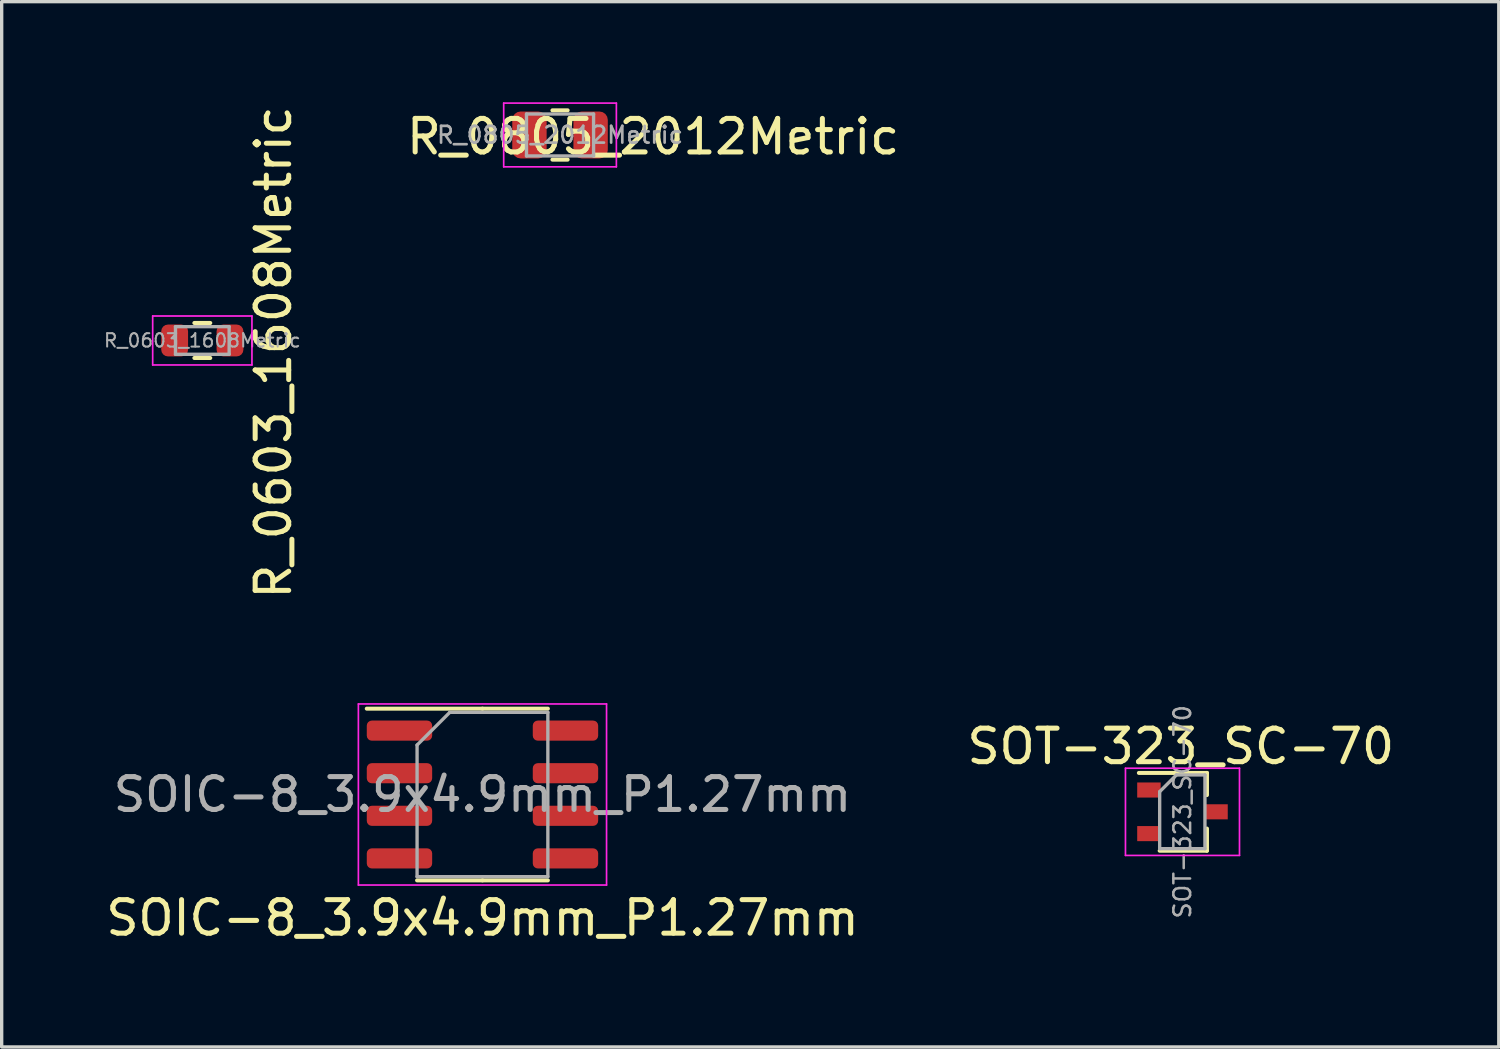
<source format=kicad_pcb>
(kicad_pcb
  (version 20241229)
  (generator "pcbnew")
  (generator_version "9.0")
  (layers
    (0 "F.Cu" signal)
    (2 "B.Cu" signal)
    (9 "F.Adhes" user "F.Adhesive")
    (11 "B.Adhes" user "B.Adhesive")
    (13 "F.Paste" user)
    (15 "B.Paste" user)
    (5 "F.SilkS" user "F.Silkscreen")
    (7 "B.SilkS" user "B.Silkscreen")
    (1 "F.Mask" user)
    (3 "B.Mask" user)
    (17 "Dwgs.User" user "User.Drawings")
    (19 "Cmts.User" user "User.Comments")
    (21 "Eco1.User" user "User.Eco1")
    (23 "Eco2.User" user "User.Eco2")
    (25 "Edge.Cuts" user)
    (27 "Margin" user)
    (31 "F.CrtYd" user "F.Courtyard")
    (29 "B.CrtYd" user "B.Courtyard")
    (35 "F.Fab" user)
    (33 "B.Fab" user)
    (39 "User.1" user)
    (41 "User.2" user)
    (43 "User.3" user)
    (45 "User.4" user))
  (footprint "R_0805_2012Metric"
    (layer "F.Cu")
    (at 13.65 0.975)
    (property "Reference" "R_0805_2012Metric" (at 2.775 0.051 0) (layer "F.SilkS") (effects (font (size 1 1) (thickness 0.15))))
    (attr smd)
    (fp_line (start -0.227 -0.735) (end 0.227 -0.735) (stroke (width 0.12) (type solid)) (layer "F.SilkS"))
    (fp_line (start -0.227 0.735) (end 0.227 0.735) (stroke (width 0.12) (type solid)) (layer "F.SilkS"))
    (fp_line (start -1.68 -0.95) (end 1.68 -0.95) (stroke (width 0.05) (type solid)) (layer "F.CrtYd"))
    (fp_line (start -1.68 0.95) (end -1.68 -0.95) (stroke (width 0.05) (type solid)) (layer "F.CrtYd"))
    (fp_line (start 1.68 -0.95) (end 1.68 0.95) (stroke (width 0.05) (type solid)) (layer "F.CrtYd"))
    (fp_line (start 1.68 0.95) (end -1.68 0.95) (stroke (width 0.05) (type solid)) (layer "F.CrtYd"))
    (fp_line (start -1 -0.625) (end 1 -0.625) (stroke (width 0.1) (type solid)) (layer "F.Fab"))
    (fp_line (start -1 0.625) (end -1 -0.625) (stroke (width 0.1) (type solid)) (layer "F.Fab"))
    (fp_line (start 1 -0.625) (end 1 0.625) (stroke (width 0.1) (type solid)) (layer "F.Fab"))
    (fp_line (start 1 0.625) (end -1 0.625) (stroke (width 0.1) (type solid)) (layer "F.Fab"))
    (fp_text user "${REFERENCE}" (at 0 0 0) (layer "F.Fab") (effects (font (size 0.5 0.5) (thickness 0.08))))
    (pad "1" smd roundrect (at -0.912 0) (size 1.025 1.4) (layers "F.Cu" "F.Mask" "F.Paste") (roundrect_rratio 0.244))
    (pad "2" smd roundrect (at 0.912 0) (size 1.025 1.4) (layers "F.Cu" "F.Mask" "F.Paste") (roundrect_rratio 0.244)))
  (footprint "SOIC-8_3.9x4.9mm_P1.27mm"
    (layer "F.Cu")
    (at 11.337 20.642)
    (property "Reference" "SOIC-8_3.9x4.9mm_P1.27mm" (at 0.003 3.68 0) (layer "F.SilkS") (effects (font (size 1 1) (thickness 0.15))))
    (attr smd)
    (fp_line (start 0 -2.56) (end -3.45 -2.56) (stroke (width 0.12) (type solid)) (layer "F.SilkS"))
    (fp_line (start 0 -2.56) (end 1.95 -2.56) (stroke (width 0.12) (type solid)) (layer "F.SilkS"))
    (fp_line (start 0 2.56) (end -1.95 2.56) (stroke (width 0.12) (type solid)) (layer "F.SilkS"))
    (fp_line (start 0 2.56) (end 1.95 2.56) (stroke (width 0.12) (type solid)) (layer "F.SilkS"))
    (fp_line (start -3.7 -2.7) (end -3.7 2.7) (stroke (width 0.05) (type solid)) (layer "F.CrtYd"))
    (fp_line (start -3.7 2.7) (end 3.7 2.7) (stroke (width 0.05) (type solid)) (layer "F.CrtYd"))
    (fp_line (start 3.7 -2.7) (end -3.7 -2.7) (stroke (width 0.05) (type solid)) (layer "F.CrtYd"))
    (fp_line (start 3.7 2.7) (end 3.7 -2.7) (stroke (width 0.05) (type solid)) (layer "F.CrtYd"))
    (fp_line (start -1.95 -1.475) (end -0.975 -2.45) (stroke (width 0.1) (type solid)) (layer "F.Fab"))
    (fp_line (start -1.95 2.45) (end -1.95 -1.475) (stroke (width 0.1) (type solid)) (layer "F.Fab"))
    (fp_line (start -0.975 -2.45) (end 1.95 -2.45) (stroke (width 0.1) (type solid)) (layer "F.Fab"))
    (fp_line (start 1.95 -2.45) (end 1.95 2.45) (stroke (width 0.1) (type solid)) (layer "F.Fab"))
    (fp_line (start 1.95 2.45) (end -1.95 2.45) (stroke (width 0.1) (type solid)) (layer "F.Fab"))
    (fp_text user "${REFERENCE}" (at 0 0 0) (layer "F.Fab") (effects (font (size 0.98 0.98) (thickness 0.15))))
    (pad "1" smd roundrect (at -2.475 -1.905) (size 1.95 0.6) (layers "F.Cu" "F.Mask" "F.Paste") (roundrect_rratio 0.25))
    (pad "2" smd roundrect (at -2.475 -0.635) (size 1.95 0.6) (layers "F.Cu" "F.Mask" "F.Paste") (roundrect_rratio 0.25))
    (pad "3" smd roundrect (at -2.475 0.635) (size 1.95 0.6) (layers "F.Cu" "F.Mask" "F.Paste") (roundrect_rratio 0.25))
    (pad "4" smd roundrect (at -2.475 1.905) (size 1.95 0.6) (layers "F.Cu" "F.Mask" "F.Paste") (roundrect_rratio 0.25))
    (pad "5" smd roundrect (at 2.475 1.905) (size 1.95 0.6) (layers "F.Cu" "F.Mask" "F.Paste") (roundrect_rratio 0.25))
    (pad "6" smd roundrect (at 2.475 0.635) (size 1.95 0.6) (layers "F.Cu" "F.Mask" "F.Paste") (roundrect_rratio 0.25))
    (pad "7" smd roundrect (at 2.475 -0.635) (size 1.95 0.6) (layers "F.Cu" "F.Mask" "F.Paste") (roundrect_rratio 0.25))
    (pad "8" smd roundrect (at 2.475 -1.905) (size 1.95 0.6) (layers "F.Cu" "F.Mask" "F.Paste") (roundrect_rratio 0.25)))
  (footprint "R_0603_1608Metric"
    (layer "F.Cu")
    (at 2.983 7.103)
    (property "Reference" "R_0603_1608Metric" (at 2.121 0.356 270) (layer "F.SilkS") (effects (font (size 1 1) (thickness 0.15))))
    (attr smd)
    (fp_line (start -0.237 -0.522) (end 0.237 -0.522) (stroke (width 0.12) (type solid)) (layer "F.SilkS"))
    (fp_line (start -0.237 0.522) (end 0.237 0.522) (stroke (width 0.12) (type solid)) (layer "F.SilkS"))
    (fp_line (start -1.48 -0.73) (end 1.48 -0.73) (stroke (width 0.05) (type solid)) (layer "F.CrtYd"))
    (fp_line (start -1.48 0.73) (end -1.48 -0.73) (stroke (width 0.05) (type solid)) (layer "F.CrtYd"))
    (fp_line (start 1.48 -0.73) (end 1.48 0.73) (stroke (width 0.05) (type solid)) (layer "F.CrtYd"))
    (fp_line (start 1.48 0.73) (end -1.48 0.73) (stroke (width 0.05) (type solid)) (layer "F.CrtYd"))
    (fp_line (start -0.8 -0.412) (end 0.8 -0.412) (stroke (width 0.1) (type solid)) (layer "F.Fab"))
    (fp_line (start -0.8 0.412) (end -0.8 -0.412) (stroke (width 0.1) (type solid)) (layer "F.Fab"))
    (fp_line (start 0.8 -0.412) (end 0.8 0.412) (stroke (width 0.1) (type solid)) (layer "F.Fab"))
    (fp_line (start 0.8 0.412) (end -0.8 0.412) (stroke (width 0.1) (type solid)) (layer "F.Fab"))
    (fp_text user "${REFERENCE}" (at 0 0 180) (layer "F.Fab") (effects (font (size 0.4 0.4) (thickness 0.06))))
    (pad "1" smd roundrect (at -0.825 0) (size 0.8 0.95) (layers "F.Cu" "F.Mask" "F.Paste") (roundrect_rratio 0.25))
    (pad "2" smd roundrect (at 0.825 0) (size 0.8 0.95) (layers "F.Cu" "F.Mask" "F.Paste") (roundrect_rratio 0.25)))
  (footprint "SOT-323_SC-70"
    (layer "F.Cu")
    (at 32.211 21.158)
    (property "Reference" "SOT-323_SC-70" (at -0.05 -1.95 180) (layer "F.SilkS") (effects (font (size 1 1) (thickness 0.15))))
    (attr smd)
    (fp_line (start -0.68 1.16) (end 0.73 1.16) (stroke (width 0.12) (type solid)) (layer "F.SilkS"))
    (fp_line (start 0.73 -1.16) (end -1.3 -1.16) (stroke (width 0.12) (type solid)) (layer "F.SilkS"))
    (fp_line (start 0.73 -1.16) (end 0.73 -0.5) (stroke (width 0.12) (type solid)) (layer "F.SilkS"))
    (fp_line (start 0.73 0.5) (end 0.73 1.16) (stroke (width 0.12) (type solid)) (layer "F.SilkS"))
    (fp_line (start -1.7 -1.3) (end 1.7 -1.3) (stroke (width 0.05) (type solid)) (layer "F.CrtYd"))
    (fp_line (start -1.7 1.3) (end -1.7 -1.3) (stroke (width 0.05) (type solid)) (layer "F.CrtYd"))
    (fp_line (start 1.7 -1.3) (end 1.7 1.3) (stroke (width 0.05) (type solid)) (layer "F.CrtYd"))
    (fp_line (start 1.7 1.3) (end -1.7 1.3) (stroke (width 0.05) (type solid)) (layer "F.CrtYd"))
    (fp_line (start -0.68 -0.6) (end -0.68 1.1) (stroke (width 0.1) (type solid)) (layer "F.Fab"))
    (fp_line (start -0.18 -1.1) (end -0.68 -0.6) (stroke (width 0.1) (type solid)) (layer "F.Fab"))
    (fp_line (start 0.67 -1.1) (end -0.18 -1.1) (stroke (width 0.1) (type solid)) (layer "F.Fab"))
    (fp_line (start 0.67 -1.1) (end 0.67 1.1) (stroke (width 0.1) (type solid)) (layer "F.Fab"))
    (fp_line (start 0.67 1.1) (end -0.68 1.1) (stroke (width 0.1) (type solid)) (layer "F.Fab"))
    (fp_text user "${REFERENCE}" (at 0 0 270) (layer "F.Fab") (effects (font (size 0.5 0.5) (thickness 0.075))))
    (pad "1" smd rect (at -1 -0.65 270) (size 0.45 0.7) (layers "F.Cu" "F.Mask" "F.Paste"))
    (pad "2" smd rect (at -1 0.65 270) (size 0.45 0.7) (layers "F.Cu" "F.Mask" "F.Paste"))
    (pad "3" smd rect (at 1 0 270) (size 0.45 0.7) (layers "F.Cu" "F.Mask" "F.Paste")))
  (gr_rect
    (start -3 -3)
    (end 41.643 28.17)
    (stroke (width 0.1) (type default))
    (fill no)
    (layer "Edge.Cuts")))
</source>
